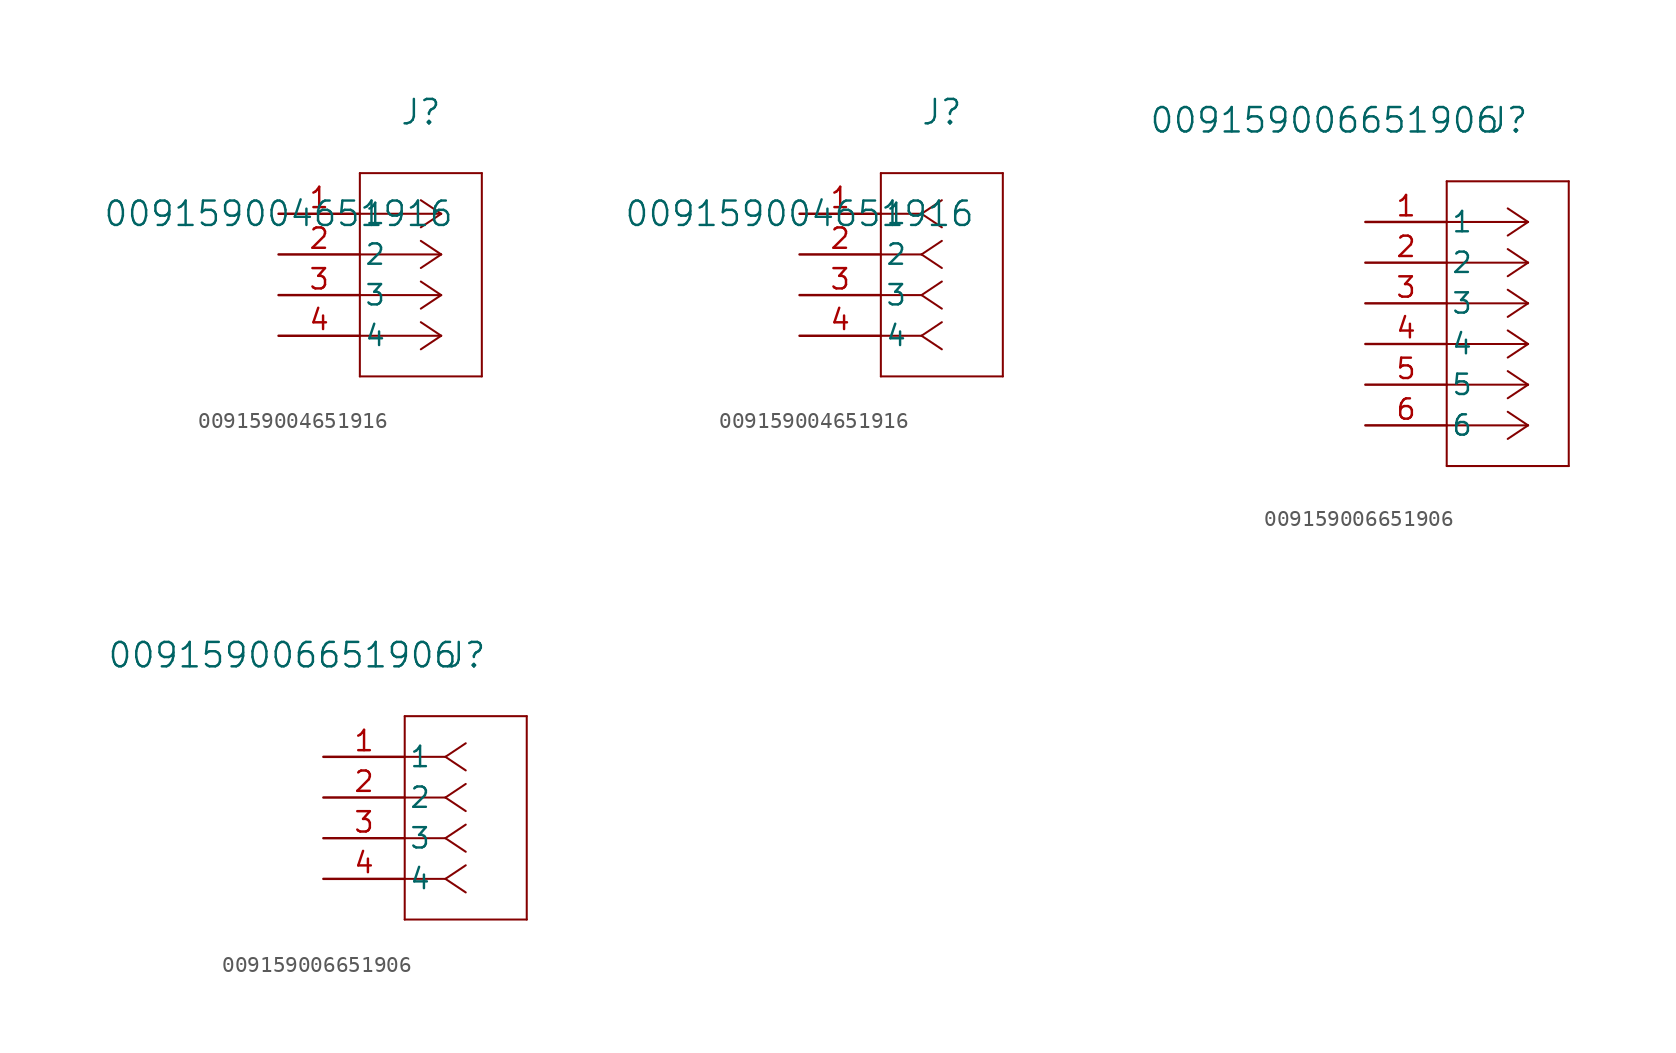
<source format=kicad_sym>
(kicad_symbol_lib
  (version 20220914)
  (generator kicad_symbol_editor)
  (symbol "009159004651916"
    (pin_names
      (offset 0.254))
    (property "Reference" "J"
      (at 8.89 6.35 0)
      (effects (font (size 1.524 1.524))))
    (property "Value" "009159004651916"
      (at 0 0 0)
      (effects (font (size 1.524 1.524))))
    (property "ki_locked" ""
      (at 0 0 0)
      (effects (font (size 1.27 1.27))))
    (symbol "009159004651916_1_1"
      (polyline (pts (xy 5.08 -10.16) (xy 12.7 -10.16)) (stroke (width 0.127) (type default)) (fill (type none)))
      (polyline (pts (xy 5.08 2.54) (xy 5.08 -10.16)) (stroke (width 0.127) (type default)) (fill (type none)))
      (polyline (pts (xy 10.16 -7.62) (xy 5.08 -7.62)) (stroke (width 0.127) (type default)) (fill (type none)))
      (polyline (pts (xy 10.16 -7.62) (xy 8.89 -8.467)) (stroke (width 0.127) (type default)) (fill (type none)))
      (polyline (pts (xy 10.16 -7.62) (xy 8.89 -6.773)) (stroke (width 0.127) (type default)) (fill (type none)))
      (polyline (pts (xy 10.16 -5.08) (xy 5.08 -5.08)) (stroke (width 0.127) (type default)) (fill (type none)))
      (polyline (pts (xy 10.16 -5.08) (xy 8.89 -5.927)) (stroke (width 0.127) (type default)) (fill (type none)))
      (polyline (pts (xy 10.16 -5.08) (xy 8.89 -4.233)) (stroke (width 0.127) (type default)) (fill (type none)))
      (polyline (pts (xy 10.16 -2.54) (xy 5.08 -2.54)) (stroke (width 0.127) (type default)) (fill (type none)))
      (polyline (pts (xy 10.16 -2.54) (xy 8.89 -3.387)) (stroke (width 0.127) (type default)) (fill (type none)))
      (polyline (pts (xy 10.16 -2.54) (xy 8.89 -1.693)) (stroke (width 0.127) (type default)) (fill (type none)))
      (polyline (pts (xy 10.16 0) (xy 5.08 0)) (stroke (width 0.127) (type default)) (fill (type none)))
      (polyline (pts (xy 10.16 0) (xy 8.89 -0.847)) (stroke (width 0.127) (type default)) (fill (type none)))
      (polyline (pts (xy 10.16 0) (xy 8.89 0.847)) (stroke (width 0.127) (type default)) (fill (type none)))
      (polyline (pts (xy 12.7 -10.16) (xy 12.7 2.54)) (stroke (width 0.127) (type default)) (fill (type none)))
      (polyline (pts (xy 12.7 2.54) (xy 5.08 2.54)) (stroke (width 0.127) (type default)) (fill (type none)))
      (pin unspecified line (at 0 0 0) (length 5.08) (name "1" (effects (font (size 1.27 1.27)))) (number "1" (effects (font (size 1.27 1.27)))))
      (pin unspecified line (at 0 -2.54 0) (length 5.08) (name "2" (effects (font (size 1.27 1.27)))) (number "2" (effects (font (size 1.27 1.27)))))
      (pin unspecified line (at 0 -5.08 0) (length 5.08) (name "3" (effects (font (size 1.27 1.27)))) (number "3" (effects (font (size 1.27 1.27)))))
      (pin unspecified line (at 0 -7.62 0) (length 5.08) (name "4" (effects (font (size 1.27 1.27)))) (number "4" (effects (font (size 1.27 1.27))))))
    (symbol "009159004651916_1_2"
      (polyline (pts (xy 5.08 -10.16) (xy 12.7 -10.16)) (stroke (width 0.127) (type default)) (fill (type none)))
      (polyline (pts (xy 5.08 2.54) (xy 5.08 -10.16)) (stroke (width 0.127) (type default)) (fill (type none)))
      (polyline (pts (xy 7.62 -7.62) (xy 5.08 -7.62)) (stroke (width 0.127) (type default)) (fill (type none)))
      (polyline (pts (xy 7.62 -7.62) (xy 8.89 -8.467)) (stroke (width 0.127) (type default)) (fill (type none)))
      (polyline (pts (xy 7.62 -7.62) (xy 8.89 -6.773)) (stroke (width 0.127) (type default)) (fill (type none)))
      (polyline (pts (xy 7.62 -5.08) (xy 5.08 -5.08)) (stroke (width 0.127) (type default)) (fill (type none)))
      (polyline (pts (xy 7.62 -5.08) (xy 8.89 -5.927)) (stroke (width 0.127) (type default)) (fill (type none)))
      (polyline (pts (xy 7.62 -5.08) (xy 8.89 -4.233)) (stroke (width 0.127) (type default)) (fill (type none)))
      (polyline (pts (xy 7.62 -2.54) (xy 5.08 -2.54)) (stroke (width 0.127) (type default)) (fill (type none)))
      (polyline (pts (xy 7.62 -2.54) (xy 8.89 -3.387)) (stroke (width 0.127) (type default)) (fill (type none)))
      (polyline (pts (xy 7.62 -2.54) (xy 8.89 -1.693)) (stroke (width 0.127) (type default)) (fill (type none)))
      (polyline (pts (xy 7.62 0) (xy 5.08 0)) (stroke (width 0.127) (type default)) (fill (type none)))
      (polyline (pts (xy 7.62 0) (xy 8.89 -0.847)) (stroke (width 0.127) (type default)) (fill (type none)))
      (polyline (pts (xy 7.62 0) (xy 8.89 0.847)) (stroke (width 0.127) (type default)) (fill (type none)))
      (polyline (pts (xy 12.7 -10.16) (xy 12.7 2.54)) (stroke (width 0.127) (type default)) (fill (type none)))
      (polyline (pts (xy 12.7 2.54) (xy 5.08 2.54)) (stroke (width 0.127) (type default)) (fill (type none)))
      (pin unspecified line (at 0 0 0) (length 5.08) (name "1" (effects (font (size 1.27 1.27)))) (number "1" (effects (font (size 1.27 1.27)))))
      (pin unspecified line (at 0 -2.54 0) (length 5.08) (name "2" (effects (font (size 1.27 1.27)))) (number "2" (effects (font (size 1.27 1.27)))))
      (pin unspecified line (at 0 -5.08 0) (length 5.08) (name "3" (effects (font (size 1.27 1.27)))) (number "3" (effects (font (size 1.27 1.27)))))
      (pin unspecified line (at 0 -7.62 0) (length 5.08) (name "4" (effects (font (size 1.27 1.27)))) (number "4" (effects (font (size 1.27 1.27)))))))
  (symbol "009159006651906"
    (pin_names
      (offset 0.254))
    (property "Reference" "J"
      (at 8.89 6.35 0)
      (effects (font (size 1.524 1.524))))
    (property "Value" "009159006651906"
      (at -2.54 6.35 0)
      (effects (font (size 1.524 1.524))))
    (property "ki_locked" ""
      (at 0 0 0)
      (effects (font (size 1.27 1.27))))
    (symbol "009159006651906_1_1"
      (polyline (pts (xy 5.08 -15.24) (xy 12.7 -15.24)) (stroke (width 0.127) (type default)) (fill (type none)))
      (polyline (pts (xy 5.08 2.54) (xy 5.08 -15.24)) (stroke (width 0.127) (type default)) (fill (type none)))
      (polyline (pts (xy 10.16 -12.7) (xy 5.08 -12.7)) (stroke (width 0.127) (type default)) (fill (type none)))
      (polyline (pts (xy 10.16 -12.7) (xy 8.89 -13.547)) (stroke (width 0.127) (type default)) (fill (type none)))
      (polyline (pts (xy 10.16 -12.7) (xy 8.89 -11.853)) (stroke (width 0.127) (type default)) (fill (type none)))
      (polyline (pts (xy 10.16 -10.16) (xy 5.08 -10.16)) (stroke (width 0.127) (type default)) (fill (type none)))
      (polyline (pts (xy 10.16 -10.16) (xy 8.89 -11.007)) (stroke (width 0.127) (type default)) (fill (type none)))
      (polyline (pts (xy 10.16 -10.16) (xy 8.89 -9.313)) (stroke (width 0.127) (type default)) (fill (type none)))
      (polyline (pts (xy 10.16 -7.62) (xy 5.08 -7.62)) (stroke (width 0.127) (type default)) (fill (type none)))
      (polyline (pts (xy 10.16 -7.62) (xy 8.89 -8.467)) (stroke (width 0.127) (type default)) (fill (type none)))
      (polyline (pts (xy 10.16 -7.62) (xy 8.89 -6.773)) (stroke (width 0.127) (type default)) (fill (type none)))
      (polyline (pts (xy 10.16 -5.08) (xy 5.08 -5.08)) (stroke (width 0.127) (type default)) (fill (type none)))
      (polyline (pts (xy 10.16 -5.08) (xy 8.89 -5.927)) (stroke (width 0.127) (type default)) (fill (type none)))
      (polyline (pts (xy 10.16 -5.08) (xy 8.89 -4.233)) (stroke (width 0.127) (type default)) (fill (type none)))
      (polyline (pts (xy 10.16 -2.54) (xy 5.08 -2.54)) (stroke (width 0.127) (type default)) (fill (type none)))
      (polyline (pts (xy 10.16 -2.54) (xy 8.89 -3.387)) (stroke (width 0.127) (type default)) (fill (type none)))
      (polyline (pts (xy 10.16 -2.54) (xy 8.89 -1.693)) (stroke (width 0.127) (type default)) (fill (type none)))
      (polyline (pts (xy 10.16 0) (xy 5.08 0)) (stroke (width 0.127) (type default)) (fill (type none)))
      (polyline (pts (xy 10.16 0) (xy 8.89 -0.847)) (stroke (width 0.127) (type default)) (fill (type none)))
      (polyline (pts (xy 10.16 0) (xy 8.89 0.847)) (stroke (width 0.127) (type default)) (fill (type none)))
      (polyline (pts (xy 12.7 -15.24) (xy 12.7 2.54)) (stroke (width 0.127) (type default)) (fill (type none)))
      (polyline (pts (xy 12.7 2.54) (xy 5.08 2.54)) (stroke (width 0.127) (type default)) (fill (type none)))
      (pin unspecified line (at 0 0 0) (length 5.08) (name "1" (effects (font (size 1.27 1.27)))) (number "1" (effects (font (size 1.27 1.27)))))
      (pin unspecified line (at 0 -2.54 0) (length 5.08) (name "2" (effects (font (size 1.27 1.27)))) (number "2" (effects (font (size 1.27 1.27)))))
      (pin unspecified line (at 0 -5.08 0) (length 5.08) (name "3" (effects (font (size 1.27 1.27)))) (number "3" (effects (font (size 1.27 1.27)))))
      (pin unspecified line (at 0 -7.62 0) (length 5.08) (name "4" (effects (font (size 1.27 1.27)))) (number "4" (effects (font (size 1.27 1.27)))))
      (pin unspecified line (at 0 -10.16 0) (length 5.08) (name "5" (effects (font (size 1.27 1.27)))) (number "5" (effects (font (size 1.27 1.27)))))
      (pin unspecified line (at 0 -12.7 0) (length 5.08) (name "6" (effects (font (size 1.27 1.27)))) (number "6" (effects (font (size 1.27 1.27))))))
    (symbol "009159006651906_1_2"
      (polyline (pts (xy 5.08 -10.16) (xy 12.7 -10.16)) (stroke (width 0.127) (type default)) (fill (type none)))
      (polyline (pts (xy 5.08 2.54) (xy 5.08 -10.16)) (stroke (width 0.127) (type default)) (fill (type none)))
      (polyline (pts (xy 7.62 -7.62) (xy 5.08 -7.62)) (stroke (width 0.127) (type default)) (fill (type none)))
      (polyline (pts (xy 7.62 -7.62) (xy 8.89 -8.467)) (stroke (width 0.127) (type default)) (fill (type none)))
      (polyline (pts (xy 7.62 -7.62) (xy 8.89 -6.773)) (stroke (width 0.127) (type default)) (fill (type none)))
      (polyline (pts (xy 7.62 -5.08) (xy 5.08 -5.08)) (stroke (width 0.127) (type default)) (fill (type none)))
      (polyline (pts (xy 7.62 -5.08) (xy 8.89 -5.927)) (stroke (width 0.127) (type default)) (fill (type none)))
      (polyline (pts (xy 7.62 -5.08) (xy 8.89 -4.233)) (stroke (width 0.127) (type default)) (fill (type none)))
      (polyline (pts (xy 7.62 -2.54) (xy 5.08 -2.54)) (stroke (width 0.127) (type default)) (fill (type none)))
      (polyline (pts (xy 7.62 -2.54) (xy 8.89 -3.387)) (stroke (width 0.127) (type default)) (fill (type none)))
      (polyline (pts (xy 7.62 -2.54) (xy 8.89 -1.693)) (stroke (width 0.127) (type default)) (fill (type none)))
      (polyline (pts (xy 7.62 0) (xy 5.08 0)) (stroke (width 0.127) (type default)) (fill (type none)))
      (polyline (pts (xy 7.62 0) (xy 8.89 -0.847)) (stroke (width 0.127) (type default)) (fill (type none)))
      (polyline (pts (xy 7.62 0) (xy 8.89 0.847)) (stroke (width 0.127) (type default)) (fill (type none)))
      (polyline (pts (xy 12.7 -10.16) (xy 12.7 2.54)) (stroke (width 0.127) (type default)) (fill (type none)))
      (polyline (pts (xy 12.7 2.54) (xy 5.08 2.54)) (stroke (width 0.127) (type default)) (fill (type none)))
      (pin unspecified line (at 0 0 0) (length 5.08) (name "1" (effects (font (size 1.27 1.27)))) (number "1" (effects (font (size 1.27 1.27)))))
      (pin unspecified line (at 0 -2.54 0) (length 5.08) (name "2" (effects (font (size 1.27 1.27)))) (number "2" (effects (font (size 1.27 1.27)))))
      (pin unspecified line (at 0 -5.08 0) (length 5.08) (name "3" (effects (font (size 1.27 1.27)))) (number "3" (effects (font (size 1.27 1.27)))))
      (pin unspecified line (at 0 -7.62 0) (length 5.08) (name "4" (effects (font (size 1.27 1.27)))) (number "4" (effects (font (size 1.27 1.27))))))))
</source>
